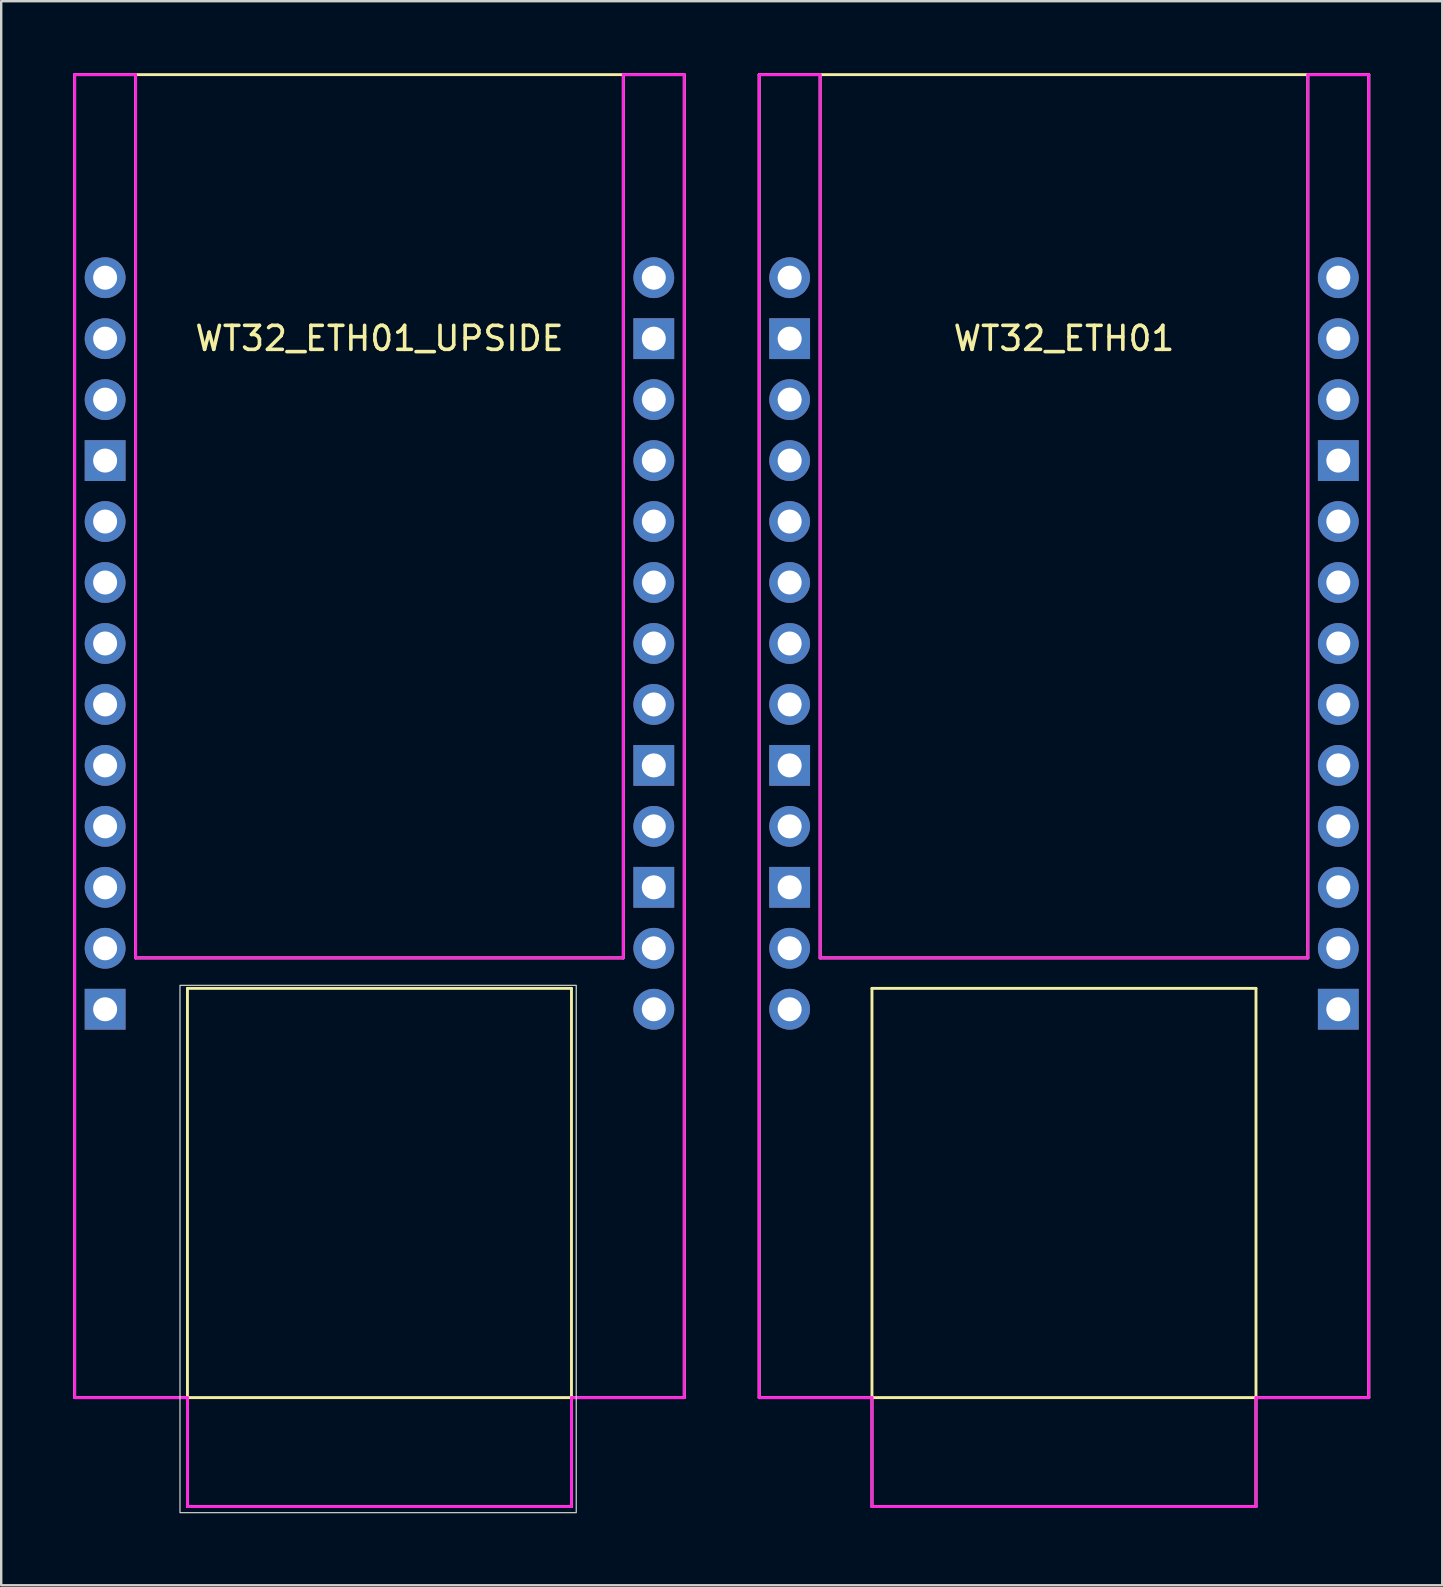
<source format=kicad_pcb>
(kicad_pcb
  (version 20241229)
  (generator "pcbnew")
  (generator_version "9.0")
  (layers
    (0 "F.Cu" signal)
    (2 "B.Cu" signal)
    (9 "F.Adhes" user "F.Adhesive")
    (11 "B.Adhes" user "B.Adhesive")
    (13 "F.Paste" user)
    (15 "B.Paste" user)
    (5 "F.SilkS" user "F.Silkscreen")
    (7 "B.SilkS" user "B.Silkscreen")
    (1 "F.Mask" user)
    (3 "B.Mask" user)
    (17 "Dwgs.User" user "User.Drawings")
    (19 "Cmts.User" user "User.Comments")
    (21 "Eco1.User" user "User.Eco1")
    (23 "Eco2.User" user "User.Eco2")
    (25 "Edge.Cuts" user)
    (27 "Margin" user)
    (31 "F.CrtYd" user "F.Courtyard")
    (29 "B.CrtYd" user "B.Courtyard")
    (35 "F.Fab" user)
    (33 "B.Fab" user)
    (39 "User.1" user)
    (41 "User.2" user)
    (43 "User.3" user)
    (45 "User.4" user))
  (footprint "WT32_ETH01_UPSIDE"
    (layer "F.Cu")
    (at 13.466 4.73)
    (property "Reference" "WT32_ETH01_UPSIDE" (at -0.706 6.32 0) (layer "F.SilkS") (effects (font (size 1 1) (thickness 0.15))))
    (attr through_hole)
    (fp_line (start -13.406 -4.67) (end 11.994 -4.67) (stroke (width 0.12) (type solid)) (layer "F.SilkS"))
    (fp_line (start -13.406 50.45) (end -13.406 -4.67) (stroke (width 0.12) (type solid)) (layer "F.SilkS"))
    (fp_line (start -10.866 -4.67) (end -10.866 32.13) (stroke (width 0.12) (type solid)) (layer "F.SilkS"))
    (fp_line (start -8.706 33.4) (end -8.706 54.99) (stroke (width 0.12) (type solid)) (layer "F.SilkS"))
    (fp_line (start -8.706 33.4) (end 7.294 33.4) (stroke (width 0.12) (type solid)) (layer "F.SilkS"))
    (fp_line (start -8.706 54.99) (end 7.294 54.99) (stroke (width 0.12) (type solid)) (layer "F.SilkS"))
    (fp_line (start 7.294 33.4) (end 7.294 54.99) (stroke (width 0.12) (type solid)) (layer "F.SilkS"))
    (fp_line (start 9.454 -4.67) (end 9.454 32.13) (stroke (width 0.12) (type solid)) (layer "F.SilkS"))
    (fp_line (start 9.454 32.13) (end -10.866 32.13) (stroke (width 0.12) (type solid)) (layer "F.SilkS"))
    (fp_line (start 11.994 -4.67) (end 11.994 50.45) (stroke (width 0.12) (type solid)) (layer "F.SilkS"))
    (fp_line (start 11.994 50.45) (end -13.406 50.45) (stroke (width 0.12) (type solid)) (layer "F.SilkS"))
    (fp_rect (start -9.017 33.274) (end 7.493 55.245) (stroke (width 0.05) (type default)) (fill no) (layer "Edge.Cuts"))
    (fp_line (start -13.406 50.45) (end -13.406 -4.67) (stroke (width 0.12) (type solid)) (layer "F.CrtYd"))
    (fp_line (start -10.866 -4.67) (end -13.406 -4.67) (stroke (width 0.12) (type solid)) (layer "F.CrtYd"))
    (fp_line (start -10.866 -4.67) (end -10.866 32.13) (stroke (width 0.12) (type solid)) (layer "F.CrtYd"))
    (fp_line (start -8.706 50.45) (end -13.406 50.45) (stroke (width 0.12) (type solid)) (layer "F.CrtYd"))
    (fp_line (start -8.706 50.45) (end -8.706 54.99) (stroke (width 0.12) (type solid)) (layer "F.CrtYd"))
    (fp_line (start -8.706 54.99) (end 7.294 54.99) (stroke (width 0.12) (type solid)) (layer "F.CrtYd"))
    (fp_line (start 7.294 50.45) (end 7.294 54.99) (stroke (width 0.12) (type solid)) (layer "F.CrtYd"))
    (fp_line (start 9.454 -4.67) (end 9.454 32.13) (stroke (width 0.12) (type solid)) (layer "F.CrtYd"))
    (fp_line (start 9.454 -4.67) (end 11.994 -4.67) (stroke (width 0.12) (type solid)) (layer "F.CrtYd"))
    (fp_line (start 9.454 32.13) (end -10.866 32.13) (stroke (width 0.12) (type solid)) (layer "F.CrtYd"))
    (fp_line (start 11.994 -4.67) (end 11.994 50.45) (stroke (width 0.12) (type solid)) (layer "F.CrtYd"))
    (fp_line (start 11.994 50.45) (end 7.294 50.45) (stroke (width 0.12) (type solid)) (layer "F.CrtYd"))
    (pad "1" thru_hole circle (at 10.724 3.79) (size 1.7 1.7) (drill 1) (layers "*.Cu" "*.Mask"))
    (pad "2" thru_hole rect (at 10.724 6.33) (size 1.7 1.7) (drill 1) (layers "*.Cu" "*.Mask"))
    (pad "3" thru_hole circle (at 10.724 8.87) (size 1.7 1.7) (drill 1) (layers "*.Cu" "*.Mask"))
    (pad "4" thru_hole circle (at 10.724 11.41) (size 1.7 1.7) (drill 1) (layers "*.Cu" "*.Mask"))
    (pad "5" thru_hole circle (at 10.724 13.95) (size 1.7 1.7) (drill 1) (layers "*.Cu" "*.Mask"))
    (pad "6" thru_hole circle (at 10.724 16.49) (size 1.7 1.7) (drill 1) (layers "*.Cu" "*.Mask"))
    (pad "7" thru_hole circle (at 10.724 19.03) (size 1.7 1.7) (drill 1) (layers "*.Cu" "*.Mask"))
    (pad "8" thru_hole circle (at 10.724 21.57) (size 1.7 1.7) (drill 1) (layers "*.Cu" "*.Mask"))
    (pad "9" thru_hole rect (at 10.724 24.11) (size 1.7 1.7) (drill 1) (layers "*.Cu" "*.Mask"))
    (pad "10" thru_hole circle (at 10.724 26.65) (size 1.7 1.7) (drill 1) (layers "*.Cu" "*.Mask"))
    (pad "11" thru_hole rect (at 10.724 29.19) (size 1.7 1.7) (drill 1) (layers "*.Cu" "*.Mask"))
    (pad "12" thru_hole circle (at 10.724 31.73) (size 1.7 1.7) (drill 1) (layers "*.Cu" "*.Mask"))
    (pad "13" thru_hole circle (at 10.724 34.27) (size 1.7 1.7) (drill 1) (layers "*.Cu" "*.Mask"))
    (pad "14" thru_hole circle (at -12.136 3.79) (size 1.7 1.7) (drill 1) (layers "*.Cu" "*.Mask"))
    (pad "15" thru_hole circle (at -12.136 6.33) (size 1.7 1.7) (drill 1) (layers "*.Cu" "*.Mask"))
    (pad "16" thru_hole circle (at -12.136 8.87) (size 1.7 1.7) (drill 1) (layers "*.Cu" "*.Mask"))
    (pad "17" thru_hole rect (at -12.136 11.41) (size 1.7 1.7) (drill 1) (layers "*.Cu" "*.Mask"))
    (pad "18" thru_hole circle (at -12.136 13.95) (size 1.7 1.7) (drill 1) (layers "*.Cu" "*.Mask"))
    (pad "19" thru_hole circle (at -12.136 16.49) (size 1.7 1.7) (drill 1) (layers "*.Cu" "*.Mask"))
    (pad "20" thru_hole circle (at -12.136 19.03) (size 1.7 1.7) (drill 1) (layers "*.Cu" "*.Mask"))
    (pad "21" thru_hole circle (at -12.136 21.57) (size 1.7 1.7) (drill 1) (layers "*.Cu" "*.Mask"))
    (pad "22" thru_hole circle (at -12.136 24.11) (size 1.7 1.7) (drill 1) (layers "*.Cu" "*.Mask"))
    (pad "23" thru_hole circle (at -12.136 26.65) (size 1.7 1.7) (drill 1) (layers "*.Cu" "*.Mask"))
    (pad "24" thru_hole circle (at -12.136 29.19) (size 1.7 1.7) (drill 1) (layers "*.Cu" "*.Mask"))
    (pad "25" thru_hole circle (at -12.136 31.73) (size 1.7 1.7) (drill 1) (layers "*.Cu" "*.Mask"))
    (pad "26" thru_hole rect (at -12.136 34.27) (size 1.7 1.7) (drill 1) (layers "*.Cu" "*.Mask")))
  (footprint "WT32_ETH01"
    (layer "F.Cu")
    (at 41.986 4.73)
    (property "Reference" "WT32_ETH01" (at -0.706 6.32 0) (layer "F.SilkS") (effects (font (size 1 1) (thickness 0.15))))
    (attr through_hole)
    (fp_line (start -13.406 -4.67) (end 11.994 -4.67) (stroke (width 0.12) (type solid)) (layer "F.SilkS"))
    (fp_line (start -13.406 50.45) (end -13.406 -4.67) (stroke (width 0.12) (type solid)) (layer "F.SilkS"))
    (fp_line (start -10.866 -4.67) (end -10.866 32.13) (stroke (width 0.12) (type solid)) (layer "F.SilkS"))
    (fp_line (start -8.706 33.4) (end -8.706 54.99) (stroke (width 0.12) (type solid)) (layer "F.SilkS"))
    (fp_line (start -8.706 33.4) (end 7.294 33.4) (stroke (width 0.12) (type solid)) (layer "F.SilkS"))
    (fp_line (start -8.706 54.99) (end 7.294 54.99) (stroke (width 0.12) (type solid)) (layer "F.SilkS"))
    (fp_line (start 7.294 33.4) (end 7.294 54.99) (stroke (width 0.12) (type solid)) (layer "F.SilkS"))
    (fp_line (start 9.454 -4.67) (end 9.454 32.13) (stroke (width 0.12) (type solid)) (layer "F.SilkS"))
    (fp_line (start 9.454 32.13) (end -10.866 32.13) (stroke (width 0.12) (type solid)) (layer "F.SilkS"))
    (fp_line (start 11.994 -4.67) (end 11.994 50.45) (stroke (width 0.12) (type solid)) (layer "F.SilkS"))
    (fp_line (start 11.994 50.45) (end -13.406 50.45) (stroke (width 0.12) (type solid)) (layer "F.SilkS"))
    (fp_line (start -13.406 50.45) (end -13.406 -4.67) (stroke (width 0.12) (type solid)) (layer "F.CrtYd"))
    (fp_line (start -10.866 -4.67) (end -13.406 -4.67) (stroke (width 0.12) (type solid)) (layer "F.CrtYd"))
    (fp_line (start -10.866 -4.67) (end -10.866 32.13) (stroke (width 0.12) (type solid)) (layer "F.CrtYd"))
    (fp_line (start -8.706 50.45) (end -13.406 50.45) (stroke (width 0.12) (type solid)) (layer "F.CrtYd"))
    (fp_line (start -8.706 50.45) (end -8.706 54.99) (stroke (width 0.12) (type solid)) (layer "F.CrtYd"))
    (fp_line (start -8.706 54.99) (end 7.294 54.99) (stroke (width 0.12) (type solid)) (layer "F.CrtYd"))
    (fp_line (start 7.294 50.45) (end 7.294 54.99) (stroke (width 0.12) (type solid)) (layer "F.CrtYd"))
    (fp_line (start 9.454 -4.67) (end 9.454 32.13) (stroke (width 0.12) (type solid)) (layer "F.CrtYd"))
    (fp_line (start 9.454 -4.67) (end 11.994 -4.67) (stroke (width 0.12) (type solid)) (layer "F.CrtYd"))
    (fp_line (start 9.454 32.13) (end -10.866 32.13) (stroke (width 0.12) (type solid)) (layer "F.CrtYd"))
    (fp_line (start 11.994 -4.67) (end 11.994 50.45) (stroke (width 0.12) (type solid)) (layer "F.CrtYd"))
    (fp_line (start 11.994 50.45) (end 7.294 50.45) (stroke (width 0.12) (type solid)) (layer "F.CrtYd"))
    (pad "1" thru_hole circle (at -12.136 3.79) (size 1.7 1.7) (drill 1) (layers "*.Cu" "*.Mask"))
    (pad "2" thru_hole rect (at -12.136 6.33) (size 1.7 1.7) (drill 1) (layers "*.Cu" "*.Mask"))
    (pad "3" thru_hole circle (at -12.136 8.87) (size 1.7 1.7) (drill 1) (layers "*.Cu" "*.Mask"))
    (pad "4" thru_hole circle (at -12.136 11.41) (size 1.7 1.7) (drill 1) (layers "*.Cu" "*.Mask"))
    (pad "5" thru_hole circle (at -12.136 13.95) (size 1.7 1.7) (drill 1) (layers "*.Cu" "*.Mask"))
    (pad "6" thru_hole circle (at -12.136 16.49) (size 1.7 1.7) (drill 1) (layers "*.Cu" "*.Mask"))
    (pad "7" thru_hole circle (at -12.136 19.03) (size 1.7 1.7) (drill 1) (layers "*.Cu" "*.Mask"))
    (pad "8" thru_hole circle (at -12.136 21.57) (size 1.7 1.7) (drill 1) (layers "*.Cu" "*.Mask"))
    (pad "9" thru_hole rect (at -12.136 24.11) (size 1.7 1.7) (drill 1) (layers "*.Cu" "*.Mask"))
    (pad "10" thru_hole circle (at -12.136 26.65) (size 1.7 1.7) (drill 1) (layers "*.Cu" "*.Mask"))
    (pad "11" thru_hole rect (at -12.136 29.19) (size 1.7 1.7) (drill 1) (layers "*.Cu" "*.Mask"))
    (pad "12" thru_hole circle (at -12.136 31.73) (size 1.7 1.7) (drill 1) (layers "*.Cu" "*.Mask"))
    (pad "13" thru_hole circle (at -12.136 34.27) (size 1.7 1.7) (drill 1) (layers "*.Cu" "*.Mask"))
    (pad "14" thru_hole circle (at 10.724 3.79) (size 1.7 1.7) (drill 1) (layers "*.Cu" "*.Mask"))
    (pad "15" thru_hole circle (at 10.724 6.33) (size 1.7 1.7) (drill 1) (layers "*.Cu" "*.Mask"))
    (pad "16" thru_hole circle (at 10.724 8.87) (size 1.7 1.7) (drill 1) (layers "*.Cu" "*.Mask"))
    (pad "17" thru_hole rect (at 10.724 11.41) (size 1.7 1.7) (drill 1) (layers "*.Cu" "*.Mask"))
    (pad "18" thru_hole circle (at 10.724 13.95) (size 1.7 1.7) (drill 1) (layers "*.Cu" "*.Mask"))
    (pad "19" thru_hole circle (at 10.724 16.49) (size 1.7 1.7) (drill 1) (layers "*.Cu" "*.Mask"))
    (pad "20" thru_hole circle (at 10.724 19.03) (size 1.7 1.7) (drill 1) (layers "*.Cu" "*.Mask"))
    (pad "21" thru_hole circle (at 10.724 21.57) (size 1.7 1.7) (drill 1) (layers "*.Cu" "*.Mask"))
    (pad "22" thru_hole circle (at 10.724 24.11) (size 1.7 1.7) (drill 1) (layers "*.Cu" "*.Mask"))
    (pad "23" thru_hole circle (at 10.724 26.65) (size 1.7 1.7) (drill 1) (layers "*.Cu" "*.Mask"))
    (pad "24" thru_hole circle (at 10.724 29.19) (size 1.7 1.7) (drill 1) (layers "*.Cu" "*.Mask"))
    (pad "25" thru_hole circle (at 10.724 31.73) (size 1.7 1.7) (drill 1) (layers "*.Cu" "*.Mask"))
    (pad "26" thru_hole rect (at 10.724 34.27) (size 1.7 1.7) (drill 1) (layers "*.Cu" "*.Mask")))
  (gr_rect
    (start -3 -3)
    (end 57.04 63)
    (stroke (width 0.1) (type default))
    (fill no)
    (layer "Edge.Cuts")))
</source>
